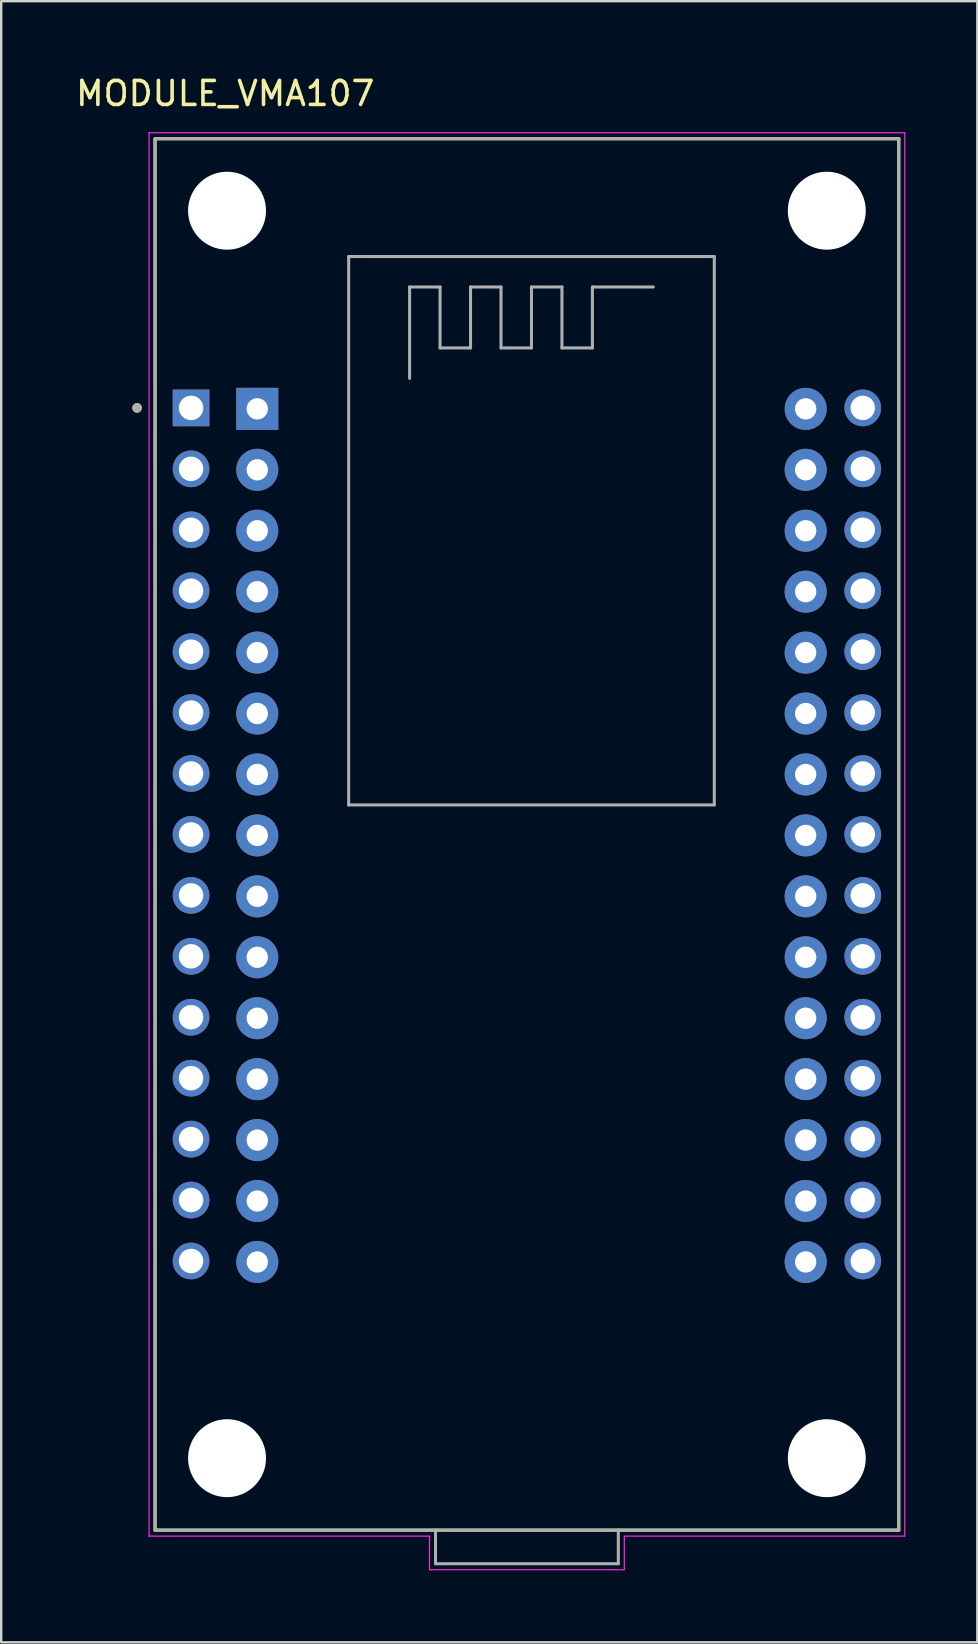
<source format=kicad_pcb>
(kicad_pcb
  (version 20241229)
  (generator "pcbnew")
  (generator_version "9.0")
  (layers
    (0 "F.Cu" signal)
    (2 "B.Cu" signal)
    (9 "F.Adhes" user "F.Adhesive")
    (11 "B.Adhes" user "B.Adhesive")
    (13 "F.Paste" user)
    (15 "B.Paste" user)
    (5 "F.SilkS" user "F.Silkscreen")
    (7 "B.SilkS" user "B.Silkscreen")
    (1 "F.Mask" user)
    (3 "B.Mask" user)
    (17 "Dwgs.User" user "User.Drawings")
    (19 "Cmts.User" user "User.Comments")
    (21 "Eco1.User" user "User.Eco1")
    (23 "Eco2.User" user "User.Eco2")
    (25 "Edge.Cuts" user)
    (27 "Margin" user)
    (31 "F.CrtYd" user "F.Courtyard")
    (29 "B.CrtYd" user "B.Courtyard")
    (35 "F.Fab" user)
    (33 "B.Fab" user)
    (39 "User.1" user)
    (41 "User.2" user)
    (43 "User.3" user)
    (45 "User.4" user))
  (footprint "MODULE_VMA107"
    (layer "F.Cu")
    (at 18.914 31.733)
    (property "Reference" "MODULE_VMA107" (at -12.575 -30.885 0) (layer "F.SilkS") (effects (font (size 1 1) (thickness 0.15))))
    (attr through_hole)
    (fp_line (start -15.5 -29) (end 15.5 -29) (stroke (width 0.127) (type solid)) (layer "F.SilkS"))
    (fp_line (start -15.5 29) (end -15.5 -29) (stroke (width 0.127) (type solid)) (layer "F.SilkS"))
    (fp_line (start 15.5 -29) (end 15.5 29) (stroke (width 0.127) (type solid)) (layer "F.SilkS"))
    (fp_line (start 15.5 29) (end -15.5 29) (stroke (width 0.127) (type solid)) (layer "F.SilkS"))
    (fp_circle (center -16.25 -17.78) (end -16.15 -17.78) (stroke (width 0.2) (type solid)) (fill no) (layer "F.SilkS"))
    (fp_line (start -15.75 -29.25) (end -15.75 29.25) (stroke (width 0.05) (type solid)) (layer "F.CrtYd"))
    (fp_line (start -15.75 29.25) (end -4.06 29.25) (stroke (width 0.05) (type solid)) (layer "F.CrtYd"))
    (fp_line (start -4.06 29.25) (end -4.06 30.65) (stroke (width 0.05) (type solid)) (layer "F.CrtYd"))
    (fp_line (start -4.06 30.65) (end 4.06 30.65) (stroke (width 0.05) (type solid)) (layer "F.CrtYd"))
    (fp_line (start 4.06 29.25) (end 15.75 29.25) (stroke (width 0.05) (type solid)) (layer "F.CrtYd"))
    (fp_line (start 4.06 30.65) (end 4.06 29.25) (stroke (width 0.05) (type solid)) (layer "F.CrtYd"))
    (fp_line (start 15.75 -29.25) (end -15.75 -29.25) (stroke (width 0.05) (type solid)) (layer "F.CrtYd"))
    (fp_line (start 15.75 29.25) (end 15.75 -29.25) (stroke (width 0.05) (type solid)) (layer "F.CrtYd"))
    (fp_line (start -15.5 -29) (end 15.5 -29) (stroke (width 0.127) (type solid)) (layer "F.Fab"))
    (fp_line (start -15.5 29) (end -15.5 -29) (stroke (width 0.127) (type solid)) (layer "F.Fab"))
    (fp_line (start -7.43 -24.09) (end -7.43 -1.23) (stroke (width 0.127) (type solid)) (layer "F.Fab"))
    (fp_line (start -7.43 -24.09) (end 7.81 -24.09) (stroke (width 0.127) (type solid)) (layer "F.Fab"))
    (fp_line (start -7.43 -1.23) (end 7.81 -1.23) (stroke (width 0.127) (type solid)) (layer "F.Fab"))
    (fp_line (start -4.89 -22.82) (end -3.62 -22.82) (stroke (width 0.127) (type solid)) (layer "F.Fab"))
    (fp_line (start -4.89 -19.01) (end -4.89 -22.82) (stroke (width 0.127) (type solid)) (layer "F.Fab"))
    (fp_line (start -3.81 30.4) (end -3.81 29) (stroke (width 0.127) (type solid)) (layer "F.Fab"))
    (fp_line (start -3.62 -22.82) (end -3.62 -20.28) (stroke (width 0.127) (type solid)) (layer "F.Fab"))
    (fp_line (start -3.62 -20.28) (end -2.35 -20.28) (stroke (width 0.127) (type solid)) (layer "F.Fab"))
    (fp_line (start -2.35 -22.82) (end -1.08 -22.82) (stroke (width 0.127) (type solid)) (layer "F.Fab"))
    (fp_line (start -2.35 -20.28) (end -2.35 -22.82) (stroke (width 0.127) (type solid)) (layer "F.Fab"))
    (fp_line (start -1.08 -22.82) (end -1.08 -20.28) (stroke (width 0.127) (type solid)) (layer "F.Fab"))
    (fp_line (start -1.08 -20.28) (end 0.19 -20.28) (stroke (width 0.127) (type solid)) (layer "F.Fab"))
    (fp_line (start 0.19 -22.82) (end 1.46 -22.82) (stroke (width 0.127) (type solid)) (layer "F.Fab"))
    (fp_line (start 0.19 -20.28) (end 0.19 -22.82) (stroke (width 0.127) (type solid)) (layer "F.Fab"))
    (fp_line (start 1.46 -22.82) (end 1.46 -20.28) (stroke (width 0.127) (type solid)) (layer "F.Fab"))
    (fp_line (start 1.46 -20.28) (end 2.73 -20.28) (stroke (width 0.127) (type solid)) (layer "F.Fab"))
    (fp_line (start 2.73 -22.82) (end 5.27 -22.82) (stroke (width 0.127) (type solid)) (layer "F.Fab"))
    (fp_line (start 2.73 -20.28) (end 2.73 -22.82) (stroke (width 0.127) (type solid)) (layer "F.Fab"))
    (fp_line (start 3.81 29) (end 3.81 30.4) (stroke (width 0.127) (type solid)) (layer "F.Fab"))
    (fp_line (start 3.81 30.4) (end -3.81 30.4) (stroke (width 0.127) (type solid)) (layer "F.Fab"))
    (fp_line (start 7.81 -1.23) (end 7.81 -24.09) (stroke (width 0.127) (type solid)) (layer "F.Fab"))
    (fp_line (start 15.5 -29) (end 15.5 29) (stroke (width 0.127) (type solid)) (layer "F.Fab"))
    (fp_line (start 15.5 29) (end -15.5 29) (stroke (width 0.127) (type solid)) (layer "F.Fab"))
    (fp_circle (center -16.25 -17.78) (end -16.15 -17.78) (stroke (width 0.2) (type solid)) (fill no) (layer "F.Fab"))
    (pad "" np_thru_hole circle (at -12.5 -26) (size 3.25 3.25) (drill 3.25) (layers "*.Cu" "*.Mask"))
    (pad "" np_thru_hole circle (at -12.5 26) (size 3.25 3.25) (drill 3.25) (layers "*.Cu" "*.Mask"))
    (pad "" np_thru_hole circle (at 12.5 -26) (size 3.25 3.25) (drill 3.25) (layers "*.Cu" "*.Mask"))
    (pad "" np_thru_hole circle (at 12.5 26) (size 3.25 3.25) (drill 3.25) (layers "*.Cu" "*.Mask"))
    (pad "1" thru_hole rect (at -14 -17.78) (size 1.53 1.53) (drill 1.02) (layers "*.Cu" "*.Mask"))
    (pad "1" thru_hole rect (at -11.24 -17.74) (size 1.753 1.753) (drill 0.889) (layers "*.Cu" "*.Mask"))
    (pad "2" thru_hole circle (at -14 -15.24) (size 1.53 1.53) (drill 1.02) (layers "*.Cu" "*.Mask"))
    (pad "2" thru_hole circle (at -11.24 -15.2) (size 1.753 1.753) (drill 0.889) (layers "*.Cu" "*.Mask"))
    (pad "3" thru_hole circle (at -14 -12.7) (size 1.53 1.53) (drill 1.02) (layers "*.Cu" "*.Mask"))
    (pad "3" thru_hole circle (at -11.24 -12.66) (size 1.753 1.753) (drill 0.889) (layers "*.Cu" "*.Mask"))
    (pad "4" thru_hole circle (at -14 -10.16) (size 1.53 1.53) (drill 1.02) (layers "*.Cu" "*.Mask"))
    (pad "4" thru_hole circle (at -11.24 -10.12) (size 1.753 1.753) (drill 0.889) (layers "*.Cu" "*.Mask"))
    (pad "5" thru_hole circle (at -14 -7.62) (size 1.53 1.53) (drill 1.02) (layers "*.Cu" "*.Mask"))
    (pad "5" thru_hole circle (at -11.24 -7.58) (size 1.753 1.753) (drill 0.889) (layers "*.Cu" "*.Mask"))
    (pad "6" thru_hole circle (at -14 -5.08) (size 1.53 1.53) (drill 1.02) (layers "*.Cu" "*.Mask"))
    (pad "6" thru_hole circle (at -11.24 -5.04) (size 1.753 1.753) (drill 0.889) (layers "*.Cu" "*.Mask"))
    (pad "7" thru_hole circle (at -14 -2.54) (size 1.53 1.53) (drill 1.02) (layers "*.Cu" "*.Mask"))
    (pad "7" thru_hole circle (at -11.24 -2.5) (size 1.753 1.753) (drill 0.889) (layers "*.Cu" "*.Mask"))
    (pad "8" thru_hole circle (at -14 0) (size 1.53 1.53) (drill 1.02) (layers "*.Cu" "*.Mask"))
    (pad "8" thru_hole circle (at -11.24 0.04) (size 1.753 1.753) (drill 0.889) (layers "*.Cu" "*.Mask"))
    (pad "9" thru_hole circle (at -14 2.54) (size 1.53 1.53) (drill 1.02) (layers "*.Cu" "*.Mask"))
    (pad "9" thru_hole circle (at -11.24 2.58) (size 1.753 1.753) (drill 0.889) (layers "*.Cu" "*.Mask"))
    (pad "10" thru_hole circle (at -14 5.08) (size 1.53 1.53) (drill 1.02) (layers "*.Cu" "*.Mask"))
    (pad "10" thru_hole circle (at -11.24 5.12) (size 1.753 1.753) (drill 0.889) (layers "*.Cu" "*.Mask"))
    (pad "11" thru_hole circle (at -14 7.62) (size 1.53 1.53) (drill 1.02) (layers "*.Cu" "*.Mask"))
    (pad "11" thru_hole circle (at -11.24 7.66) (size 1.753 1.753) (drill 0.889) (layers "*.Cu" "*.Mask"))
    (pad "12" thru_hole circle (at -14 10.16) (size 1.53 1.53) (drill 1.02) (layers "*.Cu" "*.Mask"))
    (pad "12" thru_hole circle (at -11.24 10.2) (size 1.753 1.753) (drill 0.889) (layers "*.Cu" "*.Mask"))
    (pad "13" thru_hole circle (at -14 12.7) (size 1.53 1.53) (drill 1.02) (layers "*.Cu" "*.Mask"))
    (pad "13" thru_hole circle (at -11.24 12.74) (size 1.753 1.753) (drill 0.889) (layers "*.Cu" "*.Mask"))
    (pad "14" thru_hole circle (at -14 15.24) (size 1.53 1.53) (drill 1.02) (layers "*.Cu" "*.Mask"))
    (pad "14" thru_hole circle (at -11.24 15.28) (size 1.753 1.753) (drill 0.889) (layers "*.Cu" "*.Mask"))
    (pad "15" thru_hole circle (at -14 17.78) (size 1.53 1.53) (drill 1.02) (layers "*.Cu" "*.Mask"))
    (pad "15" thru_hole circle (at -11.24 17.82) (size 1.753 1.753) (drill 0.889) (layers "*.Cu" "*.Mask"))
    (pad "16" thru_hole circle (at 11.62 17.82) (size 1.753 1.753) (drill 0.889) (layers "*.Cu" "*.Mask"))
    (pad "16" thru_hole circle (at 14 17.78) (size 1.53 1.53) (drill 1.02) (layers "*.Cu" "*.Mask"))
    (pad "17" thru_hole circle (at 11.62 15.28) (size 1.753 1.753) (drill 0.889) (layers "*.Cu" "*.Mask"))
    (pad "17" thru_hole circle (at 14 15.24) (size 1.53 1.53) (drill 1.02) (layers "*.Cu" "*.Mask"))
    (pad "18" thru_hole circle (at 11.62 12.74) (size 1.753 1.753) (drill 0.889) (layers "*.Cu" "*.Mask"))
    (pad "18" thru_hole circle (at 14 12.7) (size 1.53 1.53) (drill 1.02) (layers "*.Cu" "*.Mask"))
    (pad "19" thru_hole circle (at 11.62 10.2) (size 1.753 1.753) (drill 0.889) (layers "*.Cu" "*.Mask"))
    (pad "19" thru_hole circle (at 14 10.16) (size 1.53 1.53) (drill 1.02) (layers "*.Cu" "*.Mask"))
    (pad "20" thru_hole circle (at 11.62 7.66) (size 1.753 1.753) (drill 0.889) (layers "*.Cu" "*.Mask"))
    (pad "20" thru_hole circle (at 14 7.62) (size 1.53 1.53) (drill 1.02) (layers "*.Cu" "*.Mask"))
    (pad "21" thru_hole circle (at 11.62 5.12) (size 1.753 1.753) (drill 0.889) (layers "*.Cu" "*.Mask"))
    (pad "21" thru_hole circle (at 14 5.08) (size 1.53 1.53) (drill 1.02) (layers "*.Cu" "*.Mask"))
    (pad "22" thru_hole circle (at 11.62 2.58) (size 1.753 1.753) (drill 0.889) (layers "*.Cu" "*.Mask"))
    (pad "22" thru_hole circle (at 14 2.54) (size 1.53 1.53) (drill 1.02) (layers "*.Cu" "*.Mask"))
    (pad "23" thru_hole circle (at 11.62 0.04) (size 1.753 1.753) (drill 0.889) (layers "*.Cu" "*.Mask"))
    (pad "23" thru_hole circle (at 14 0) (size 1.53 1.53) (drill 1.02) (layers "*.Cu" "*.Mask"))
    (pad "24" thru_hole circle (at 11.62 -2.5) (size 1.753 1.753) (drill 0.889) (layers "*.Cu" "*.Mask"))
    (pad "24" thru_hole circle (at 14 -2.54) (size 1.53 1.53) (drill 1.02) (layers "*.Cu" "*.Mask"))
    (pad "25" thru_hole circle (at 11.62 -5.04) (size 1.753 1.753) (drill 0.889) (layers "*.Cu" "*.Mask"))
    (pad "25" thru_hole circle (at 14 -5.08) (size 1.53 1.53) (drill 1.02) (layers "*.Cu" "*.Mask"))
    (pad "26" thru_hole circle (at 11.62 -7.58) (size 1.753 1.753) (drill 0.889) (layers "*.Cu" "*.Mask"))
    (pad "26" thru_hole circle (at 14 -7.62) (size 1.53 1.53) (drill 1.02) (layers "*.Cu" "*.Mask"))
    (pad "27" thru_hole circle (at 11.62 -10.12) (size 1.753 1.753) (drill 0.889) (layers "*.Cu" "*.Mask"))
    (pad "27" thru_hole circle (at 14 -10.16) (size 1.53 1.53) (drill 1.02) (layers "*.Cu" "*.Mask"))
    (pad "28" thru_hole circle (at 11.62 -12.66) (size 1.753 1.753) (drill 0.889) (layers "*.Cu" "*.Mask"))
    (pad "28" thru_hole circle (at 14 -12.7) (size 1.53 1.53) (drill 1.02) (layers "*.Cu" "*.Mask"))
    (pad "29" thru_hole circle (at 11.62 -15.2) (size 1.753 1.753) (drill 0.889) (layers "*.Cu" "*.Mask"))
    (pad "29" thru_hole circle (at 14 -15.24) (size 1.53 1.53) (drill 1.02) (layers "*.Cu" "*.Mask"))
    (pad "30" thru_hole circle (at 11.62 -17.74) (size 1.753 1.753) (drill 0.889) (layers "*.Cu" "*.Mask"))
    (pad "30" thru_hole circle (at 14 -17.78) (size 1.53 1.53) (drill 1.02) (layers "*.Cu" "*.Mask")))
  (gr_rect
    (start -3 -3)
    (end 37.689 65.408)
    (stroke (width 0.1) (type default))
    (fill no)
    (layer "Edge.Cuts")))
</source>
